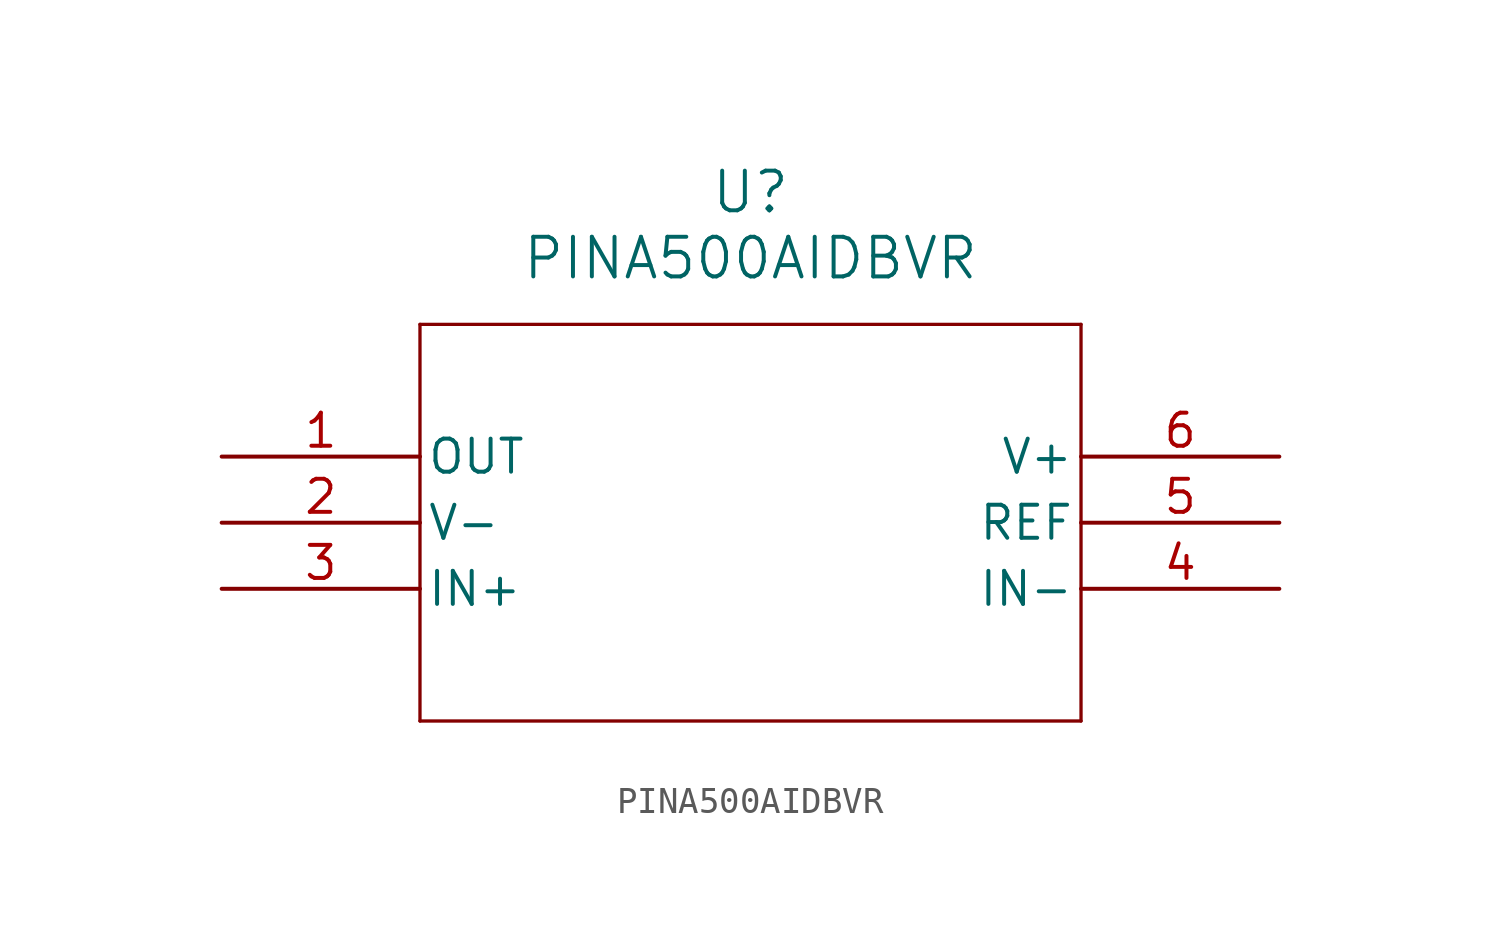
<source format=kicad_sym>
(kicad_symbol_lib
  (version 20211014)
  (generator kicad_symbol_editor)
  (symbol "PINA500AIDBVR"
    (pin_names
      (offset 0.254))
    (property "Reference" "U"
      (at 20.32 10.16 0)
      (effects (font (size 1.524 1.524))))
    (property "Value" "PINA500AIDBVR"
      (at 20.32 7.62 0)
      (effects (font (size 1.524 1.524))))
    (symbol "PINA500AIDBVR_0_1"
      (polyline (pts (xy 7.62 5.08) (xy 7.62 -10.16)) (stroke (width 0.127) (type default) (color 0 0 0 0)) (fill (type none)))
      (polyline (pts (xy 7.62 -10.16) (xy 33.02 -10.16)) (stroke (width 0.127) (type default) (color 0 0 0 0)) (fill (type none)))
      (polyline (pts (xy 33.02 -10.16) (xy 33.02 5.08)) (stroke (width 0.127) (type default) (color 0 0 0 0)) (fill (type none)))
      (polyline (pts (xy 33.02 5.08) (xy 7.62 5.08)) (stroke (width 0.127) (type default) (color 0 0 0 0)) (fill (type none)))
      (pin output line (at 0 0 0) (length 7.62) (name "OUT" (effects (font (size 1.27 1.27)))) (number "1" (effects (font (size 1.27 1.27)))))
      (pin power_in line (at 0 -2.54 0) (length 7.62) (name "V-" (effects (font (size 1.27 1.27)))) (number "2" (effects (font (size 1.27 1.27)))))
      (pin input line (at 0 -5.08 0) (length 7.62) (name "IN+" (effects (font (size 1.27 1.27)))) (number "3" (effects (font (size 1.27 1.27)))))
      (pin input line (at 40.64 -5.08 180) (length 7.62) (name "IN-" (effects (font (size 1.27 1.27)))) (number "4" (effects (font (size 1.27 1.27)))))
      (pin input line (at 40.64 -2.54 180) (length 7.62) (name "REF" (effects (font (size 1.27 1.27)))) (number "5" (effects (font (size 1.27 1.27)))))
      (pin power_in line (at 40.64 0 180) (length 7.62) (name "V+" (effects (font (size 1.27 1.27)))) (number "6" (effects (font (size 1.27 1.27))))))))
</source>
